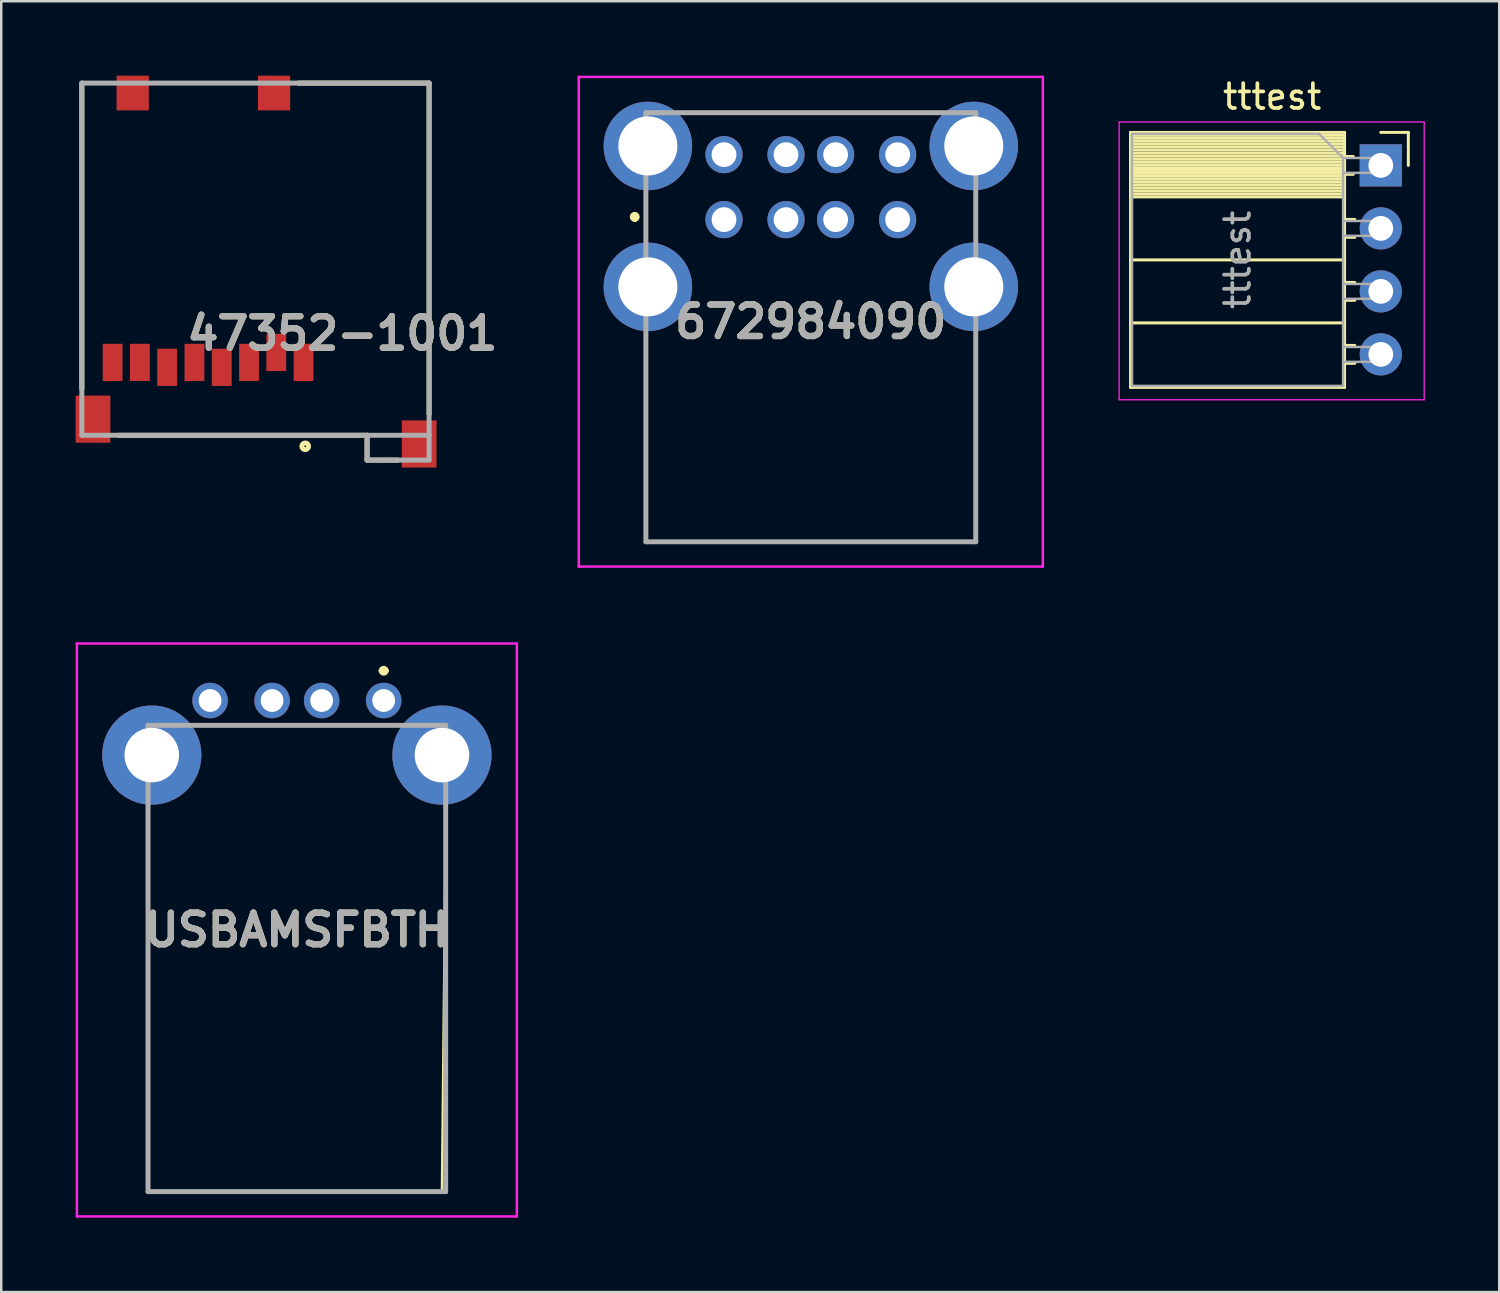
<source format=kicad_pcb>
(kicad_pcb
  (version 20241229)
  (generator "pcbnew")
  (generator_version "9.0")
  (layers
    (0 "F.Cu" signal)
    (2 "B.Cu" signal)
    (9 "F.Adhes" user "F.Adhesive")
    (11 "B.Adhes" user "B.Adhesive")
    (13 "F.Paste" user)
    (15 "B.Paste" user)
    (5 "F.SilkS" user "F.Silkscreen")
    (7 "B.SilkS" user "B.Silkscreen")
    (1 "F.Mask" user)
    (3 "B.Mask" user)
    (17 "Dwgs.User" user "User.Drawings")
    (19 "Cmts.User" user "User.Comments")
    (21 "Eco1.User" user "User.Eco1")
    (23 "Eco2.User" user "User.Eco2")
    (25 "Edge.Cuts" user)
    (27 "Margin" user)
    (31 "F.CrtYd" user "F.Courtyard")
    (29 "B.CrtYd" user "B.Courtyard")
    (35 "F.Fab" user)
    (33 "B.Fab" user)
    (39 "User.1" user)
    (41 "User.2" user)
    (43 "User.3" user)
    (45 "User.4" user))
  (footprint "tttest"
    (layer "F.Cu")
    (at 52.621 3.618)
    (property "Reference" "tttest" (at -4.38 -2.77 0) (layer "F.SilkS") (effects (font (size 1 1) (thickness 0.15))))
    (attr through_hole)
    (fp_line (start -10.09 -1.33) (end -10.09 8.95) (stroke (width 0.12) (type solid)) (layer "F.SilkS"))
    (fp_line (start -10.09 -1.33) (end -1.46 -1.33) (stroke (width 0.12) (type solid)) (layer "F.SilkS"))
    (fp_line (start -10.09 -1.21) (end -1.46 -1.21) (stroke (width 0.12) (type solid)) (layer "F.SilkS"))
    (fp_line (start -10.09 -1.092) (end -1.46 -1.092) (stroke (width 0.12) (type solid)) (layer "F.SilkS"))
    (fp_line (start -10.09 -0.974) (end -1.46 -0.974) (stroke (width 0.12) (type solid)) (layer "F.SilkS"))
    (fp_line (start -10.09 -0.856) (end -1.46 -0.856) (stroke (width 0.12) (type solid)) (layer "F.SilkS"))
    (fp_line (start -10.09 -0.738) (end -1.46 -0.738) (stroke (width 0.12) (type solid)) (layer "F.SilkS"))
    (fp_line (start -10.09 -0.62) (end -1.46 -0.62) (stroke (width 0.12) (type solid)) (layer "F.SilkS"))
    (fp_line (start -10.09 -0.501) (end -1.46 -0.501) (stroke (width 0.12) (type solid)) (layer "F.SilkS"))
    (fp_line (start -10.09 -0.383) (end -1.46 -0.383) (stroke (width 0.12) (type solid)) (layer "F.SilkS"))
    (fp_line (start -10.09 -0.265) (end -1.46 -0.265) (stroke (width 0.12) (type solid)) (layer "F.SilkS"))
    (fp_line (start -10.09 -0.147) (end -1.46 -0.147) (stroke (width 0.12) (type solid)) (layer "F.SilkS"))
    (fp_line (start -10.09 -0.029) (end -1.46 -0.029) (stroke (width 0.12) (type solid)) (layer "F.SilkS"))
    (fp_line (start -10.09 0.089) (end -1.46 0.089) (stroke (width 0.12) (type solid)) (layer "F.SilkS"))
    (fp_line (start -10.09 0.207) (end -1.46 0.207) (stroke (width 0.12) (type solid)) (layer "F.SilkS"))
    (fp_line (start -10.09 0.325) (end -1.46 0.325) (stroke (width 0.12) (type solid)) (layer "F.SilkS"))
    (fp_line (start -10.09 0.443) (end -1.46 0.443) (stroke (width 0.12) (type solid)) (layer "F.SilkS"))
    (fp_line (start -10.09 0.561) (end -1.46 0.561) (stroke (width 0.12) (type solid)) (layer "F.SilkS"))
    (fp_line (start -10.09 0.68) (end -1.46 0.68) (stroke (width 0.12) (type solid)) (layer "F.SilkS"))
    (fp_line (start -10.09 0.798) (end -1.46 0.798) (stroke (width 0.12) (type solid)) (layer "F.SilkS"))
    (fp_line (start -10.09 0.916) (end -1.46 0.916) (stroke (width 0.12) (type solid)) (layer "F.SilkS"))
    (fp_line (start -10.09 1.034) (end -1.46 1.034) (stroke (width 0.12) (type solid)) (layer "F.SilkS"))
    (fp_line (start -10.09 1.152) (end -1.46 1.152) (stroke (width 0.12) (type solid)) (layer "F.SilkS"))
    (fp_line (start -10.09 1.27) (end -1.46 1.27) (stroke (width 0.12) (type solid)) (layer "F.SilkS"))
    (fp_line (start -10.09 3.81) (end -1.46 3.81) (stroke (width 0.12) (type solid)) (layer "F.SilkS"))
    (fp_line (start -10.09 6.35) (end -1.46 6.35) (stroke (width 0.12) (type solid)) (layer "F.SilkS"))
    (fp_line (start -10.09 8.95) (end -1.46 8.95) (stroke (width 0.12) (type solid)) (layer "F.SilkS"))
    (fp_line (start -1.46 -1.33) (end -1.46 8.95) (stroke (width 0.12) (type solid)) (layer "F.SilkS"))
    (fp_line (start -1.46 -0.36) (end -1.11 -0.36) (stroke (width 0.12) (type solid)) (layer "F.SilkS"))
    (fp_line (start -1.46 0.36) (end -1.11 0.36) (stroke (width 0.12) (type solid)) (layer "F.SilkS"))
    (fp_line (start -1.46 2.18) (end -1.05 2.18) (stroke (width 0.12) (type solid)) (layer "F.SilkS"))
    (fp_line (start -1.46 2.9) (end -1.05 2.9) (stroke (width 0.12) (type solid)) (layer "F.SilkS"))
    (fp_line (start -1.46 4.72) (end -1.05 4.72) (stroke (width 0.12) (type solid)) (layer "F.SilkS"))
    (fp_line (start -1.46 5.44) (end -1.05 5.44) (stroke (width 0.12) (type solid)) (layer "F.SilkS"))
    (fp_line (start -1.46 7.26) (end -1.05 7.26) (stroke (width 0.12) (type solid)) (layer "F.SilkS"))
    (fp_line (start -1.46 7.98) (end -1.05 7.98) (stroke (width 0.12) (type solid)) (layer "F.SilkS"))
    (fp_line (start 0 -1.33) (end 1.11 -1.33) (stroke (width 0.12) (type solid)) (layer "F.SilkS"))
    (fp_line (start 1.11 -1.33) (end 1.11 0) (stroke (width 0.12) (type solid)) (layer "F.SilkS"))
    (fp_line (start -10.55 -1.75) (end -10.55 9.45) (stroke (width 0.05) (type solid)) (layer "F.CrtYd"))
    (fp_line (start -10.55 9.45) (end 1.75 9.45) (stroke (width 0.05) (type solid)) (layer "F.CrtYd"))
    (fp_line (start 1.75 -1.75) (end -10.55 -1.75) (stroke (width 0.05) (type solid)) (layer "F.CrtYd"))
    (fp_line (start 1.75 9.45) (end 1.75 -1.75) (stroke (width 0.05) (type solid)) (layer "F.CrtYd"))
    (fp_line (start -10.03 -1.27) (end -2.49 -1.27) (stroke (width 0.1) (type solid)) (layer "F.Fab"))
    (fp_line (start -10.03 8.89) (end -10.03 -1.27) (stroke (width 0.1) (type solid)) (layer "F.Fab"))
    (fp_line (start -2.49 -1.27) (end -1.52 -0.3) (stroke (width 0.1) (type solid)) (layer "F.Fab"))
    (fp_line (start -1.52 -0.3) (end -1.52 8.89) (stroke (width 0.1) (type solid)) (layer "F.Fab"))
    (fp_line (start -1.52 0.3) (end 0 0.3) (stroke (width 0.1) (type solid)) (layer "F.Fab"))
    (fp_line (start -1.52 2.84) (end 0 2.84) (stroke (width 0.1) (type solid)) (layer "F.Fab"))
    (fp_line (start -1.52 5.38) (end 0 5.38) (stroke (width 0.1) (type solid)) (layer "F.Fab"))
    (fp_line (start -1.52 7.92) (end 0 7.92) (stroke (width 0.1) (type solid)) (layer "F.Fab"))
    (fp_line (start -1.52 8.89) (end -10.03 8.89) (stroke (width 0.1) (type solid)) (layer "F.Fab"))
    (fp_line (start 0 -0.3) (end -1.52 -0.3) (stroke (width 0.1) (type solid)) (layer "F.Fab"))
    (fp_line (start 0 0.3) (end 0 -0.3) (stroke (width 0.1) (type solid)) (layer "F.Fab"))
    (fp_line (start 0 2.24) (end -1.52 2.24) (stroke (width 0.1) (type solid)) (layer "F.Fab"))
    (fp_line (start 0 2.84) (end 0 2.24) (stroke (width 0.1) (type solid)) (layer "F.Fab"))
    (fp_line (start 0 4.78) (end -1.52 4.78) (stroke (width 0.1) (type solid)) (layer "F.Fab"))
    (fp_line (start 0 5.38) (end 0 4.78) (stroke (width 0.1) (type solid)) (layer "F.Fab"))
    (fp_line (start 0 7.32) (end -1.52 7.32) (stroke (width 0.1) (type solid)) (layer "F.Fab"))
    (fp_line (start 0 7.92) (end 0 7.32) (stroke (width 0.1) (type solid)) (layer "F.Fab"))
    (fp_text user "${REFERENCE}" (at -5.775 3.81 90) (layer "F.Fab") (effects (font (size 1 1) (thickness 0.15))))
    (pad "1" thru_hole rect (at 0 0) (size 1.7 1.7) (drill 1) (layers "*.Cu" "*.Mask"))
    (pad "2" thru_hole oval (at 0 2.54) (size 1.7 1.7) (drill 1) (layers "*.Cu" "*.Mask"))
    (pad "3" thru_hole oval (at 0 5.08) (size 1.7 1.7) (drill 1) (layers "*.Cu" "*.Mask"))
    (pad "4" thru_hole oval (at 0 7.62) (size 1.7 1.7) (drill 1) (layers "*.Cu" "*.Mask")))
  (footprint "47352-1001"
    (layer "F.Cu")
    (at 14.25 15.5)
    (property "Reference" "47352-1001" (at -3.497 -5.106 0) (layer "F.SilkS") (effects (font (size 1.27 1.27) (thickness 0.254))))
    (attr smd)
    (fp_line (start -14 -15.2) (end -14 -2.872) (stroke (width 0.2) (type solid)) (layer "F.SilkS"))
    (fp_line (start -2.5 -1) (end -12.526 -1) (stroke (width 0.2) (type solid)) (layer "F.SilkS"))
    (fp_line (start -2.5 -1) (end -2.5 0) (stroke (width 0.2) (type solid)) (layer "F.SilkS"))
    (fp_line (start -2.5 0) (end -1.25 0) (stroke (width 0.2) (type solid)) (layer "F.SilkS"))
    (fp_line (start 0 -15.2) (end -5.273 -15.2) (stroke (width 0.2) (type solid)) (layer "F.SilkS"))
    (fp_line (start 0 -15.2) (end 0 -1.858) (stroke (width 0.2) (type solid)) (layer "F.SilkS"))
    (fp_circle (center -4.994 -0.556) (end -4.994 -0.522) (stroke (width 0.2) (type solid)) (fill no) (layer "F.SilkS"))
    (fp_line (start -14 -15.2) (end 0 -15.2) (stroke (width 0.2) (type solid)) (layer "F.Fab"))
    (fp_line (start -14 -1) (end -14 -15.2) (stroke (width 0.2) (type solid)) (layer "F.Fab"))
    (fp_line (start -2.5 0) (end -2.5 -1) (stroke (width 0.2) (type solid)) (layer "F.Fab"))
    (fp_line (start 0 -15.2) (end 0 -1) (stroke (width 0.2) (type solid)) (layer "F.Fab"))
    (fp_line (start 0 -1) (end -14 -1) (stroke (width 0.2) (type solid)) (layer "F.Fab"))
    (fp_line (start 0 -1) (end 0 0) (stroke (width 0.2) (type solid)) (layer "F.Fab"))
    (fp_line (start 0 0) (end -2.5 0) (stroke (width 0.2) (type solid)) (layer "F.Fab"))
    (fp_text user "${REFERENCE}" (at -3.497 -5.106 0) (layer "F.Fab") (effects (font (size 1.27 1.27) (thickness 0.254))))
    (pad "1" smd rect (at -5.06 -3.94) (size 0.8 1.5) (layers "F.Cu" "F.Mask" "F.Paste"))
    (pad "2" smd rect (at -6.16 -4.34) (size 0.8 1.5) (layers "F.Cu" "F.Mask" "F.Paste"))
    (pad "3" smd rect (at -7.26 -3.94) (size 0.8 1.5) (layers "F.Cu" "F.Mask" "F.Paste"))
    (pad "4" smd rect (at -8.36 -3.74) (size 0.8 1.5) (layers "F.Cu" "F.Mask" "F.Paste"))
    (pad "5" smd rect (at -9.46 -3.94) (size 0.8 1.5) (layers "F.Cu" "F.Mask" "F.Paste"))
    (pad "6" smd rect (at -10.56 -3.74) (size 0.8 1.5) (layers "F.Cu" "F.Mask" "F.Paste"))
    (pad "7" smd rect (at -11.66 -3.94) (size 0.8 1.5) (layers "F.Cu" "F.Mask" "F.Paste"))
    (pad "8" smd rect (at -12.76 -3.94) (size 0.8 1.5) (layers "F.Cu" "F.Mask" "F.Paste"))
    (pad "9" smd rect (at -11.95 -14.8) (size 1.3 1.4) (layers "F.Cu" "F.Mask" "F.Paste"))
    (pad "11" smd rect (at -6.25 -14.8) (size 1.3 1.4) (layers "F.Cu" "F.Mask" "F.Paste"))
    (pad "12" smd rect (at -13.55 -1.65) (size 1.4 1.9) (layers "F.Cu" "F.Mask" "F.Paste"))
    (pad "13" smd rect (at -0.4 -0.65) (size 1.4 1.9) (layers "F.Cu" "F.Mask" "F.Paste")))
  (footprint "672984090"
    (layer "F.Cu")
    (at 29.641 9.922)
    (property "Reference" "672984090" (at 0 0 0) (layer "F.SilkS") (effects (font (size 1.27 1.27) (thickness 0.254))))
    (attr through_hole)
    (fp_line (start -7.1 -4.328) (end -7.1 -4.328) (stroke (width 0.2) (type solid)) (layer "F.SilkS"))
    (fp_line (start -7.1 -4.128) (end -7.1 -4.128) (stroke (width 0.2) (type solid)) (layer "F.SilkS"))
    (fp_line (start -6.65 0.872) (end -6.65 8.872) (stroke (width 0.1) (type solid)) (layer "F.SilkS"))
    (fp_line (start -6.65 8.872) (end 6.65 8.872) (stroke (width 0.1) (type solid)) (layer "F.SilkS"))
    (fp_line (start -4 -8.428) (end 4 -8.428) (stroke (width 0.1) (type solid)) (layer "F.SilkS"))
    (fp_line (start 6.65 8.872) (end 6.65 0.872) (stroke (width 0.1) (type solid)) (layer "F.SilkS"))
    (fp_arc (start -7.1 -4.328) (mid -7 -4.228) (end -7.1 -4.128) (stroke (width 0.2) (type solid)) (layer "F.SilkS"))
    (fp_arc (start -7.1 -4.128) (mid -7.2 -4.228) (end -7.1 -4.328) (stroke (width 0.2) (type solid)) (layer "F.SilkS"))
    (fp_line (start -9.355 -9.872) (end 9.355 -9.872) (stroke (width 0.1) (type solid)) (layer "F.CrtYd"))
    (fp_line (start -9.355 9.872) (end -9.355 -9.872) (stroke (width 0.1) (type solid)) (layer "F.CrtYd"))
    (fp_line (start 9.355 -9.872) (end 9.355 9.872) (stroke (width 0.1) (type solid)) (layer "F.CrtYd"))
    (fp_line (start 9.355 9.872) (end -9.355 9.872) (stroke (width 0.1) (type solid)) (layer "F.CrtYd"))
    (fp_line (start -6.65 -8.428) (end 6.65 -8.428) (stroke (width 0.2) (type solid)) (layer "F.Fab"))
    (fp_line (start -6.65 8.872) (end -6.65 -8.428) (stroke (width 0.2) (type solid)) (layer "F.Fab"))
    (fp_line (start 6.65 -8.428) (end 6.65 8.872) (stroke (width 0.2) (type solid)) (layer "F.Fab"))
    (fp_line (start 6.65 8.872) (end -6.65 8.872) (stroke (width 0.2) (type solid)) (layer "F.Fab"))
    (fp_text user "${REFERENCE}" (at 0 0 0) (layer "F.Fab") (effects (font (size 1.27 1.27) (thickness 0.254))))
    (pad "A1" thru_hole circle (at -3.5 -4.117) (size 1.5 1.5) (drill 1) (layers "*.Cu" "*.Mask"))
    (pad "A2" thru_hole circle (at -1 -4.117) (size 1.5 1.5) (drill 1) (layers "*.Cu" "*.Mask"))
    (pad "A3" thru_hole circle (at 1 -4.117) (size 1.5 1.5) (drill 1) (layers "*.Cu" "*.Mask"))
    (pad "A4" thru_hole circle (at 3.5 -4.117) (size 1.5 1.5) (drill 1) (layers "*.Cu" "*.Mask"))
    (pad "B1" thru_hole circle (at -3.5 -6.737) (size 1.5 1.5) (drill 1) (layers "*.Cu" "*.Mask"))
    (pad "B2" thru_hole circle (at -1 -6.737) (size 1.5 1.5) (drill 1) (layers "*.Cu" "*.Mask"))
    (pad "B3" thru_hole circle (at 1 -6.737) (size 1.5 1.5) (drill 1) (layers "*.Cu" "*.Mask"))
    (pad "B4" thru_hole circle (at 3.5 -6.737) (size 1.5 1.5) (drill 1) (layers "*.Cu" "*.Mask"))
    (pad "MH1" thru_hole circle (at -6.57 -1.407) (size 3.57 3.57) (drill 2.38) (layers "*.Cu" "*.Mask"))
    (pad "MH2" thru_hole circle (at -6.57 -7.087) (size 3.57 3.57) (drill 2.38) (layers "*.Cu" "*.Mask"))
    (pad "MH3" thru_hole circle (at 6.57 -7.087) (size 3.57 3.57) (drill 2.38) (layers "*.Cu" "*.Mask"))
    (pad "MH4" thru_hole circle (at 6.57 -1.407) (size 3.57 3.57) (drill 2.38) (layers "*.Cu" "*.Mask")))
  (footprint "USBAMSFBTH"
    (layer "F.Cu")
    (at 12.419 25.194)
    (property "Reference" "USBAMSFBTH" (at -3.5 9.25 0) (layer "F.SilkS") (effects (font (size 1.27 1.27) (thickness 0.254))))
    (attr through_hole)
    (fp_line (start -9.5 5.4) (end -9.5 19.8) (stroke (width 0.1) (type solid)) (layer "F.SilkS"))
    (fp_line (start -9.5 19.8) (end 2.35 19.8) (stroke (width 0.1) (type solid)) (layer "F.SilkS"))
    (fp_line (start -6.5 1) (end -0.5 1) (stroke (width 0.1) (type solid)) (layer "F.SilkS"))
    (fp_line (start -0.1 -1.2) (end -0.1 -1.2) (stroke (width 0.2) (type solid)) (layer "F.SilkS"))
    (fp_line (start 0.1 -1.2) (end 0.1 -1.2) (stroke (width 0.2) (type solid)) (layer "F.SilkS"))
    (fp_line (start 2.35 19.8) (end 2.5 5.4) (stroke (width 0.1) (type solid)) (layer "F.SilkS"))
    (fp_arc (start -0.1 -1.2) (mid 0 -1.3) (end 0.1 -1.2) (stroke (width 0.2) (type solid)) (layer "F.SilkS"))
    (fp_arc (start 0.1 -1.2) (mid 0 -1.1) (end -0.1 -1.2) (stroke (width 0.2) (type solid)) (layer "F.SilkS"))
    (fp_line (start -12.369 -2.3) (end 5.369 -2.3) (stroke (width 0.1) (type solid)) (layer "F.CrtYd"))
    (fp_line (start -12.369 20.8) (end -12.369 -2.3) (stroke (width 0.1) (type solid)) (layer "F.CrtYd"))
    (fp_line (start 5.369 -2.3) (end 5.369 20.8) (stroke (width 0.1) (type solid)) (layer "F.CrtYd"))
    (fp_line (start 5.369 20.8) (end -12.369 20.8) (stroke (width 0.1) (type solid)) (layer "F.CrtYd"))
    (fp_line (start -9.5 1) (end 2.5 1) (stroke (width 0.2) (type solid)) (layer "F.Fab"))
    (fp_line (start -9.5 19.8) (end -9.5 1) (stroke (width 0.2) (type solid)) (layer "F.Fab"))
    (fp_line (start 2.5 1) (end 2.5 19.8) (stroke (width 0.2) (type solid)) (layer "F.Fab"))
    (fp_line (start 2.5 19.8) (end -9.5 19.8) (stroke (width 0.2) (type solid)) (layer "F.Fab"))
    (fp_text user "${REFERENCE}" (at -3.5 9.25 0) (layer "F.Fab") (effects (font (size 1.27 1.27) (thickness 0.254))))
    (pad "" np_thru_hole circle (at -5.8 2.2) (size 0.001 0.001) (drill 1.1) (layers "*.Cu" "*.Mask"))
    (pad "" np_thru_hole circle (at -1.2 2.2) (size 0.001 0.001) (drill 1.1) (layers "*.Cu" "*.Mask"))
    (pad "1" thru_hole circle (at 0 0) (size 1.431 1.431) (drill 0.92) (layers "*.Cu" "*.Mask"))
    (pad "2" thru_hole circle (at -2.5 0) (size 1.431 1.431) (drill 0.92) (layers "*.Cu" "*.Mask"))
    (pad "3" thru_hole circle (at -4.5 0) (size 1.431 1.431) (drill 0.92) (layers "*.Cu" "*.Mask"))
    (pad "4" thru_hole circle (at -7 0) (size 1.431 1.431) (drill 0.92) (layers "*.Cu" "*.Mask"))
    (pad "MH1" thru_hole circle (at -9.35 2.2) (size 4 4) (drill 2.2) (layers "*.Cu" "*.Mask"))
    (pad "MH2" thru_hole circle (at 2.35 2.2) (size 4 4) (drill 2.2) (layers "*.Cu" "*.Mask")))
  (gr_rect
    (start -3 -3)
    (end 57.396 49.044)
    (stroke (width 0.1) (type default))
    (fill no)
    (layer "Edge.Cuts")))
</source>
